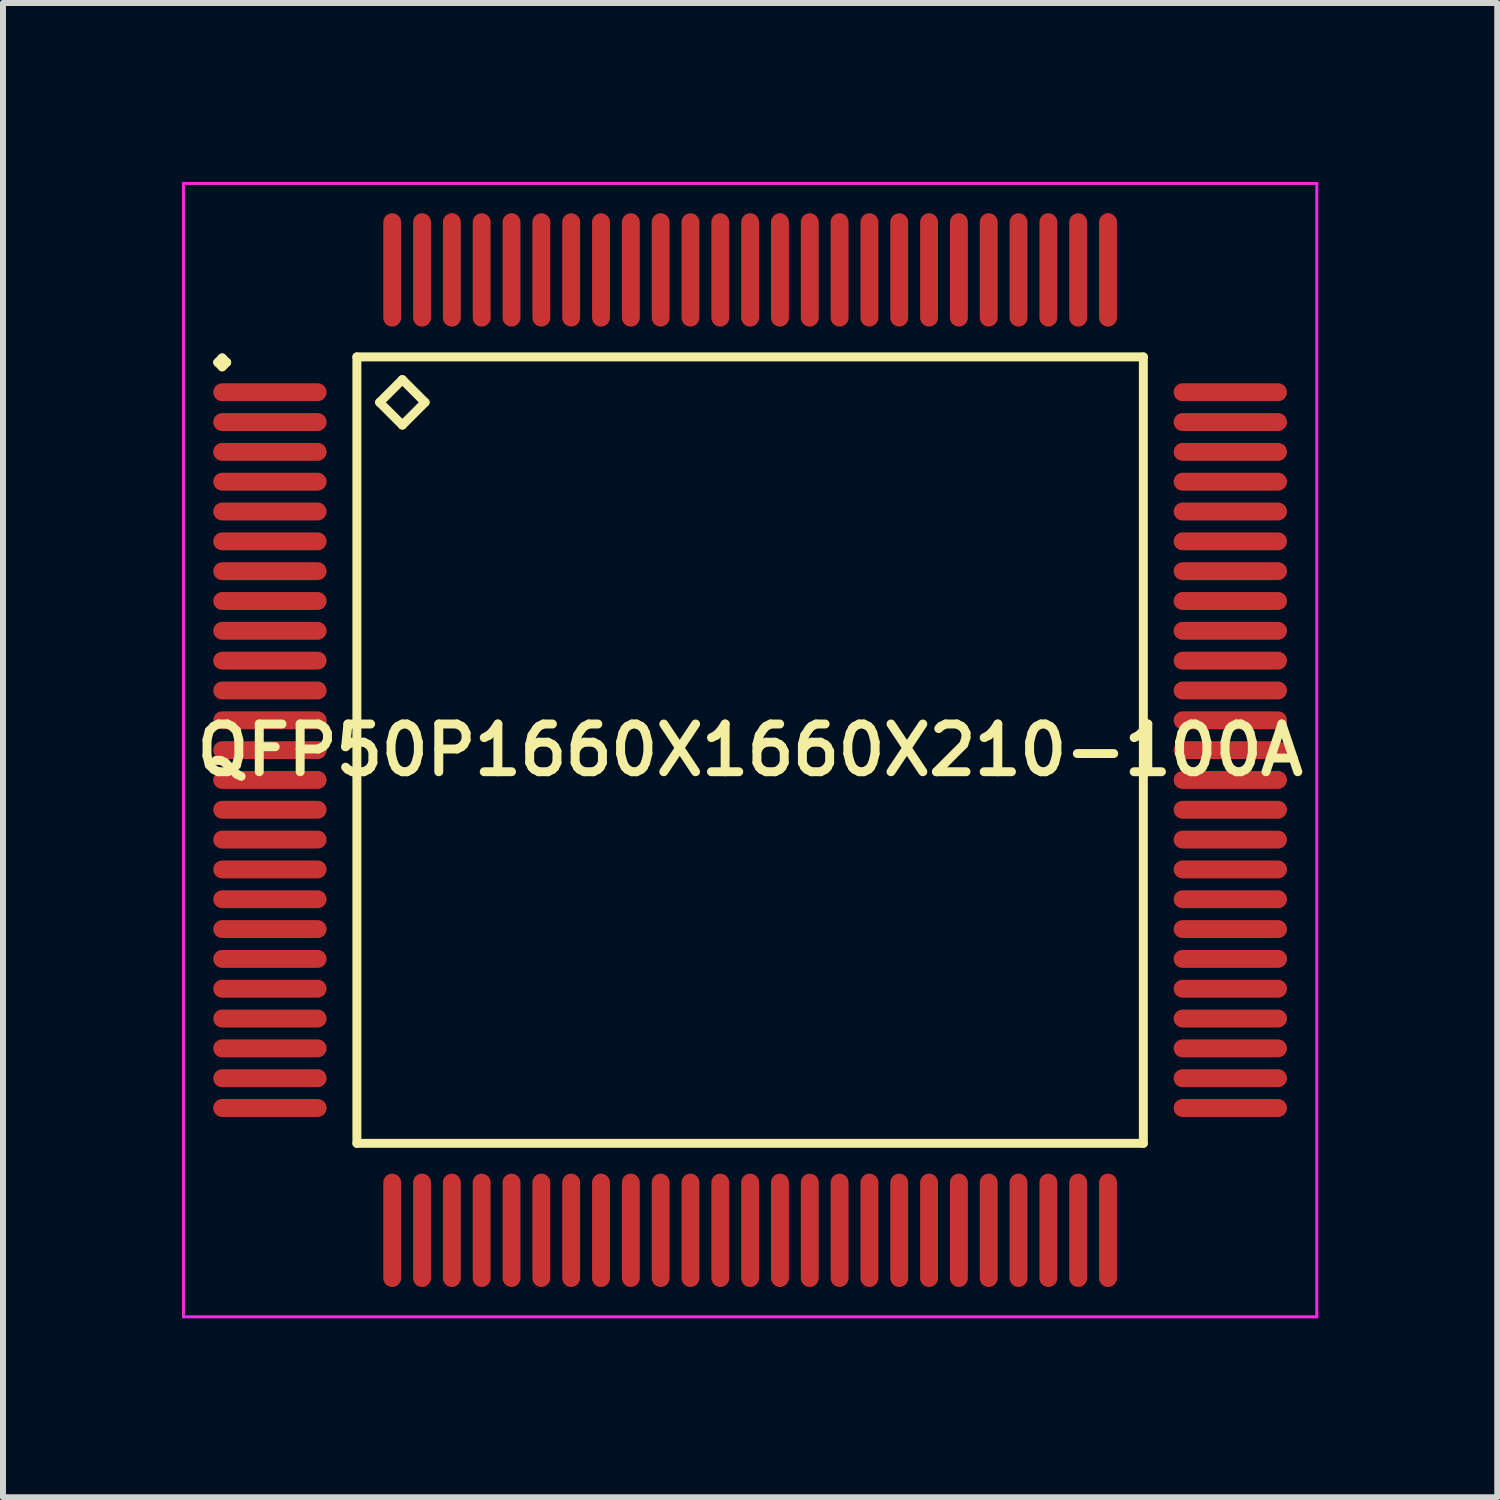
<source format=kicad_pcb>
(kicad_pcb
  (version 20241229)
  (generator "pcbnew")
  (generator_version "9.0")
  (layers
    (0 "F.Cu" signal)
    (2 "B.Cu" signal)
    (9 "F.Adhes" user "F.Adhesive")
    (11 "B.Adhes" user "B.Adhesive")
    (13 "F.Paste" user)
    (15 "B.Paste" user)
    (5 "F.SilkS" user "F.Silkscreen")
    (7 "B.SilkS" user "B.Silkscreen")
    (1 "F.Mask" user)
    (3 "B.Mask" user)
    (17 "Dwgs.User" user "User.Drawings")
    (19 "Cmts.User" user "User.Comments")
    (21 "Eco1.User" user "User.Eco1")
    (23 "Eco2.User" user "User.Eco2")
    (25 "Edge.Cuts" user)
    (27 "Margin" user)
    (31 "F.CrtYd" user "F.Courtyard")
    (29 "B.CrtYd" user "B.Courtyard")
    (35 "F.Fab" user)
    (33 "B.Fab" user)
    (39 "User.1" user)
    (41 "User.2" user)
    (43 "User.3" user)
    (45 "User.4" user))
  (footprint "QFP50P1660X1660X210-100A"
    (layer "F.Cu")
    (at 9.525 9.525)
    (property "Reference" "QFP50P1660X1660X210-100A" (at 0 0 0) (layer "F.SilkS") (effects (font (size 0.8 0.8) (thickness 0.15))))
    (attr smd)
    (fp_line (start -8.925 -6.5) (end -8.85 -6.575) (stroke (width 0.15) (type solid)) (layer "F.SilkS"))
    (fp_line (start -8.85 -6.575) (end -8.775 -6.5) (stroke (width 0.15) (type solid)) (layer "F.SilkS"))
    (fp_line (start -8.85 -6.425) (end -8.925 -6.5) (stroke (width 0.15) (type solid)) (layer "F.SilkS"))
    (fp_line (start -8.775 -6.5) (end -8.85 -6.425) (stroke (width 0.15) (type solid)) (layer "F.SilkS"))
    (fp_line (start -6.592 -6.592) (end -6.592 6.592) (stroke (width 0.15) (type solid)) (layer "F.SilkS"))
    (fp_line (start -6.592 6.592) (end 6.592 6.592) (stroke (width 0.15) (type solid)) (layer "F.SilkS"))
    (fp_line (start -6.211 -5.83) (end -5.83 -6.211) (stroke (width 0.15) (type solid)) (layer "F.SilkS"))
    (fp_line (start -5.83 -6.211) (end -5.449 -5.83) (stroke (width 0.15) (type solid)) (layer "F.SilkS"))
    (fp_line (start -5.83 -5.449) (end -6.211 -5.83) (stroke (width 0.15) (type solid)) (layer "F.SilkS"))
    (fp_line (start -5.449 -5.83) (end -5.83 -5.449) (stroke (width 0.15) (type solid)) (layer "F.SilkS"))
    (fp_line (start 6.592 -6.592) (end -6.592 -6.592) (stroke (width 0.15) (type solid)) (layer "F.SilkS"))
    (fp_line (start 6.592 6.592) (end 6.592 -6.592) (stroke (width 0.15) (type solid)) (layer "F.SilkS"))
    (fp_line (start -9.5 -9.5) (end 9.5 -9.5) (stroke (width 0.05) (type solid)) (layer "F.CrtYd"))
    (fp_line (start -9.5 9.5) (end -9.5 -9.5) (stroke (width 0.05) (type solid)) (layer "F.CrtYd"))
    (fp_line (start 9.5 -9.5) (end 9.5 9.5) (stroke (width 0.05) (type solid)) (layer "F.CrtYd"))
    (fp_line (start 9.5 9.5) (end -9.5 9.5) (stroke (width 0.05) (type solid)) (layer "F.CrtYd"))
    (pad "1" smd oval (at -8.05 -6) (size 1.9 0.3) (layers "F.Cu" "F.Mask" "F.Paste"))
    (pad "2" smd oval (at -8.05 -5.5) (size 1.9 0.3) (layers "F.Cu" "F.Mask" "F.Paste"))
    (pad "3" smd oval (at -8.05 -5) (size 1.9 0.3) (layers "F.Cu" "F.Mask" "F.Paste"))
    (pad "4" smd oval (at -8.05 -4.5) (size 1.9 0.3) (layers "F.Cu" "F.Mask" "F.Paste"))
    (pad "5" smd oval (at -8.05 -4) (size 1.9 0.3) (layers "F.Cu" "F.Mask" "F.Paste"))
    (pad "6" smd oval (at -8.05 -3.5) (size 1.9 0.3) (layers "F.Cu" "F.Mask" "F.Paste"))
    (pad "7" smd oval (at -8.05 -3) (size 1.9 0.3) (layers "F.Cu" "F.Mask" "F.Paste"))
    (pad "8" smd oval (at -8.05 -2.5) (size 1.9 0.3) (layers "F.Cu" "F.Mask" "F.Paste"))
    (pad "9" smd oval (at -8.05 -2) (size 1.9 0.3) (layers "F.Cu" "F.Mask" "F.Paste"))
    (pad "10" smd oval (at -8.05 -1.5) (size 1.9 0.3) (layers "F.Cu" "F.Mask" "F.Paste"))
    (pad "11" smd oval (at -8.05 -1) (size 1.9 0.3) (layers "F.Cu" "F.Mask" "F.Paste"))
    (pad "12" smd oval (at -8.05 -0.5) (size 1.9 0.3) (layers "F.Cu" "F.Mask" "F.Paste"))
    (pad "13" smd oval (at -8.05 0) (size 1.9 0.3) (layers "F.Cu" "F.Mask" "F.Paste"))
    (pad "14" smd oval (at -8.05 0.5) (size 1.9 0.3) (layers "F.Cu" "F.Mask" "F.Paste"))
    (pad "15" smd oval (at -8.05 1) (size 1.9 0.3) (layers "F.Cu" "F.Mask" "F.Paste"))
    (pad "16" smd oval (at -8.05 1.5) (size 1.9 0.3) (layers "F.Cu" "F.Mask" "F.Paste"))
    (pad "17" smd oval (at -8.05 2) (size 1.9 0.3) (layers "F.Cu" "F.Mask" "F.Paste"))
    (pad "18" smd oval (at -8.05 2.5) (size 1.9 0.3) (layers "F.Cu" "F.Mask" "F.Paste"))
    (pad "19" smd oval (at -8.05 3) (size 1.9 0.3) (layers "F.Cu" "F.Mask" "F.Paste"))
    (pad "20" smd oval (at -8.05 3.5) (size 1.9 0.3) (layers "F.Cu" "F.Mask" "F.Paste"))
    (pad "21" smd oval (at -8.05 4) (size 1.9 0.3) (layers "F.Cu" "F.Mask" "F.Paste"))
    (pad "22" smd oval (at -8.05 4.5) (size 1.9 0.3) (layers "F.Cu" "F.Mask" "F.Paste"))
    (pad "23" smd oval (at -8.05 5) (size 1.9 0.3) (layers "F.Cu" "F.Mask" "F.Paste"))
    (pad "24" smd oval (at -8.05 5.5) (size 1.9 0.3) (layers "F.Cu" "F.Mask" "F.Paste"))
    (pad "25" smd oval (at -8.05 6) (size 1.9 0.3) (layers "F.Cu" "F.Mask" "F.Paste"))
    (pad "26" smd oval (at -6 8.05) (size 0.3 1.9) (layers "F.Cu" "F.Mask" "F.Paste"))
    (pad "27" smd oval (at -5.5 8.05) (size 0.3 1.9) (layers "F.Cu" "F.Mask" "F.Paste"))
    (pad "28" smd oval (at -5 8.05) (size 0.3 1.9) (layers "F.Cu" "F.Mask" "F.Paste"))
    (pad "29" smd oval (at -4.5 8.05) (size 0.3 1.9) (layers "F.Cu" "F.Mask" "F.Paste"))
    (pad "30" smd oval (at -4 8.05) (size 0.3 1.9) (layers "F.Cu" "F.Mask" "F.Paste"))
    (pad "31" smd oval (at -3.5 8.05) (size 0.3 1.9) (layers "F.Cu" "F.Mask" "F.Paste"))
    (pad "32" smd oval (at -3 8.05) (size 0.3 1.9) (layers "F.Cu" "F.Mask" "F.Paste"))
    (pad "33" smd oval (at -2.5 8.05) (size 0.3 1.9) (layers "F.Cu" "F.Mask" "F.Paste"))
    (pad "34" smd oval (at -2 8.05) (size 0.3 1.9) (layers "F.Cu" "F.Mask" "F.Paste"))
    (pad "35" smd oval (at -1.5 8.05) (size 0.3 1.9) (layers "F.Cu" "F.Mask" "F.Paste"))
    (pad "36" smd oval (at -1 8.05) (size 0.3 1.9) (layers "F.Cu" "F.Mask" "F.Paste"))
    (pad "37" smd oval (at -0.5 8.05) (size 0.3 1.9) (layers "F.Cu" "F.Mask" "F.Paste"))
    (pad "38" smd oval (at 0 8.05) (size 0.3 1.9) (layers "F.Cu" "F.Mask" "F.Paste"))
    (pad "39" smd oval (at 0.5 8.05) (size 0.3 1.9) (layers "F.Cu" "F.Mask" "F.Paste"))
    (pad "40" smd oval (at 1 8.05) (size 0.3 1.9) (layers "F.Cu" "F.Mask" "F.Paste"))
    (pad "41" smd oval (at 1.5 8.05) (size 0.3 1.9) (layers "F.Cu" "F.Mask" "F.Paste"))
    (pad "42" smd oval (at 2 8.05) (size 0.3 1.9) (layers "F.Cu" "F.Mask" "F.Paste"))
    (pad "43" smd oval (at 2.5 8.05) (size 0.3 1.9) (layers "F.Cu" "F.Mask" "F.Paste"))
    (pad "44" smd oval (at 3 8.05) (size 0.3 1.9) (layers "F.Cu" "F.Mask" "F.Paste"))
    (pad "45" smd oval (at 3.5 8.05) (size 0.3 1.9) (layers "F.Cu" "F.Mask" "F.Paste"))
    (pad "46" smd oval (at 4 8.05) (size 0.3 1.9) (layers "F.Cu" "F.Mask" "F.Paste"))
    (pad "47" smd oval (at 4.5 8.05) (size 0.3 1.9) (layers "F.Cu" "F.Mask" "F.Paste"))
    (pad "48" smd oval (at 5 8.05) (size 0.3 1.9) (layers "F.Cu" "F.Mask" "F.Paste"))
    (pad "49" smd oval (at 5.5 8.05) (size 0.3 1.9) (layers "F.Cu" "F.Mask" "F.Paste"))
    (pad "50" smd oval (at 6 8.05) (size 0.3 1.9) (layers "F.Cu" "F.Mask" "F.Paste"))
    (pad "51" smd oval (at 8.05 6) (size 1.9 0.3) (layers "F.Cu" "F.Mask" "F.Paste"))
    (pad "52" smd oval (at 8.05 5.5) (size 1.9 0.3) (layers "F.Cu" "F.Mask" "F.Paste"))
    (pad "53" smd oval (at 8.05 5) (size 1.9 0.3) (layers "F.Cu" "F.Mask" "F.Paste"))
    (pad "54" smd oval (at 8.05 4.5) (size 1.9 0.3) (layers "F.Cu" "F.Mask" "F.Paste"))
    (pad "55" smd oval (at 8.05 4) (size 1.9 0.3) (layers "F.Cu" "F.Mask" "F.Paste"))
    (pad "56" smd oval (at 8.05 3.5) (size 1.9 0.3) (layers "F.Cu" "F.Mask" "F.Paste"))
    (pad "57" smd oval (at 8.05 3) (size 1.9 0.3) (layers "F.Cu" "F.Mask" "F.Paste"))
    (pad "58" smd oval (at 8.05 2.5) (size 1.9 0.3) (layers "F.Cu" "F.Mask" "F.Paste"))
    (pad "59" smd oval (at 8.05 2) (size 1.9 0.3) (layers "F.Cu" "F.Mask" "F.Paste"))
    (pad "60" smd oval (at 8.05 1.5) (size 1.9 0.3) (layers "F.Cu" "F.Mask" "F.Paste"))
    (pad "61" smd oval (at 8.05 1) (size 1.9 0.3) (layers "F.Cu" "F.Mask" "F.Paste"))
    (pad "62" smd oval (at 8.05 0.5) (size 1.9 0.3) (layers "F.Cu" "F.Mask" "F.Paste"))
    (pad "63" smd oval (at 8.05 0) (size 1.9 0.3) (layers "F.Cu" "F.Mask" "F.Paste"))
    (pad "64" smd oval (at 8.05 -0.5) (size 1.9 0.3) (layers "F.Cu" "F.Mask" "F.Paste"))
    (pad "65" smd oval (at 8.05 -1) (size 1.9 0.3) (layers "F.Cu" "F.Mask" "F.Paste"))
    (pad "66" smd oval (at 8.05 -1.5) (size 1.9 0.3) (layers "F.Cu" "F.Mask" "F.Paste"))
    (pad "67" smd oval (at 8.05 -2) (size 1.9 0.3) (layers "F.Cu" "F.Mask" "F.Paste"))
    (pad "68" smd oval (at 8.05 -2.5) (size 1.9 0.3) (layers "F.Cu" "F.Mask" "F.Paste"))
    (pad "69" smd oval (at 8.05 -3) (size 1.9 0.3) (layers "F.Cu" "F.Mask" "F.Paste"))
    (pad "70" smd oval (at 8.05 -3.5) (size 1.9 0.3) (layers "F.Cu" "F.Mask" "F.Paste"))
    (pad "71" smd oval (at 8.05 -4) (size 1.9 0.3) (layers "F.Cu" "F.Mask" "F.Paste"))
    (pad "72" smd oval (at 8.05 -4.5) (size 1.9 0.3) (layers "F.Cu" "F.Mask" "F.Paste"))
    (pad "73" smd oval (at 8.05 -5) (size 1.9 0.3) (layers "F.Cu" "F.Mask" "F.Paste"))
    (pad "74" smd oval (at 8.05 -5.5) (size 1.9 0.3) (layers "F.Cu" "F.Mask" "F.Paste"))
    (pad "75" smd oval (at 8.05 -6) (size 1.9 0.3) (layers "F.Cu" "F.Mask" "F.Paste"))
    (pad "76" smd oval (at 6 -8.05) (size 0.3 1.9) (layers "F.Cu" "F.Mask" "F.Paste"))
    (pad "77" smd oval (at 5.5 -8.05) (size 0.3 1.9) (layers "F.Cu" "F.Mask" "F.Paste"))
    (pad "78" smd oval (at 5 -8.05) (size 0.3 1.9) (layers "F.Cu" "F.Mask" "F.Paste"))
    (pad "79" smd oval (at 4.5 -8.05) (size 0.3 1.9) (layers "F.Cu" "F.Mask" "F.Paste"))
    (pad "80" smd oval (at 4 -8.05) (size 0.3 1.9) (layers "F.Cu" "F.Mask" "F.Paste"))
    (pad "81" smd oval (at 3.5 -8.05) (size 0.3 1.9) (layers "F.Cu" "F.Mask" "F.Paste"))
    (pad "82" smd oval (at 3 -8.05) (size 0.3 1.9) (layers "F.Cu" "F.Mask" "F.Paste"))
    (pad "83" smd oval (at 2.5 -8.05) (size 0.3 1.9) (layers "F.Cu" "F.Mask" "F.Paste"))
    (pad "84" smd oval (at 2 -8.05) (size 0.3 1.9) (layers "F.Cu" "F.Mask" "F.Paste"))
    (pad "85" smd oval (at 1.5 -8.05) (size 0.3 1.9) (layers "F.Cu" "F.Mask" "F.Paste"))
    (pad "86" smd oval (at 1 -8.05) (size 0.3 1.9) (layers "F.Cu" "F.Mask" "F.Paste"))
    (pad "87" smd oval (at 0.5 -8.05) (size 0.3 1.9) (layers "F.Cu" "F.Mask" "F.Paste"))
    (pad "88" smd oval (at 0 -8.05) (size 0.3 1.9) (layers "F.Cu" "F.Mask" "F.Paste"))
    (pad "89" smd oval (at -0.5 -8.05) (size 0.3 1.9) (layers "F.Cu" "F.Mask" "F.Paste"))
    (pad "90" smd oval (at -1 -8.05) (size 0.3 1.9) (layers "F.Cu" "F.Mask" "F.Paste"))
    (pad "91" smd oval (at -1.5 -8.05) (size 0.3 1.9) (layers "F.Cu" "F.Mask" "F.Paste"))
    (pad "92" smd oval (at -2 -8.05) (size 0.3 1.9) (layers "F.Cu" "F.Mask" "F.Paste"))
    (pad "93" smd oval (at -2.5 -8.05) (size 0.3 1.9) (layers "F.Cu" "F.Mask" "F.Paste"))
    (pad "94" smd oval (at -3 -8.05) (size 0.3 1.9) (layers "F.Cu" "F.Mask" "F.Paste"))
    (pad "95" smd oval (at -3.5 -8.05) (size 0.3 1.9) (layers "F.Cu" "F.Mask" "F.Paste"))
    (pad "96" smd oval (at -4 -8.05) (size 0.3 1.9) (layers "F.Cu" "F.Mask" "F.Paste"))
    (pad "97" smd oval (at -4.5 -8.05) (size 0.3 1.9) (layers "F.Cu" "F.Mask" "F.Paste"))
    (pad "98" smd oval (at -5 -8.05) (size 0.3 1.9) (layers "F.Cu" "F.Mask" "F.Paste"))
    (pad "99" smd oval (at -5.5 -8.05) (size 0.3 1.9) (layers "F.Cu" "F.Mask" "F.Paste"))
    (pad "100" smd oval (at -6 -8.05) (size 0.3 1.9) (layers "F.Cu" "F.Mask" "F.Paste")))
  (gr_rect
    (start -3 -3)
    (end 22.05 22.05)
    (stroke (width 0.1) (type default))
    (fill no)
    (layer "Edge.Cuts")))
</source>
